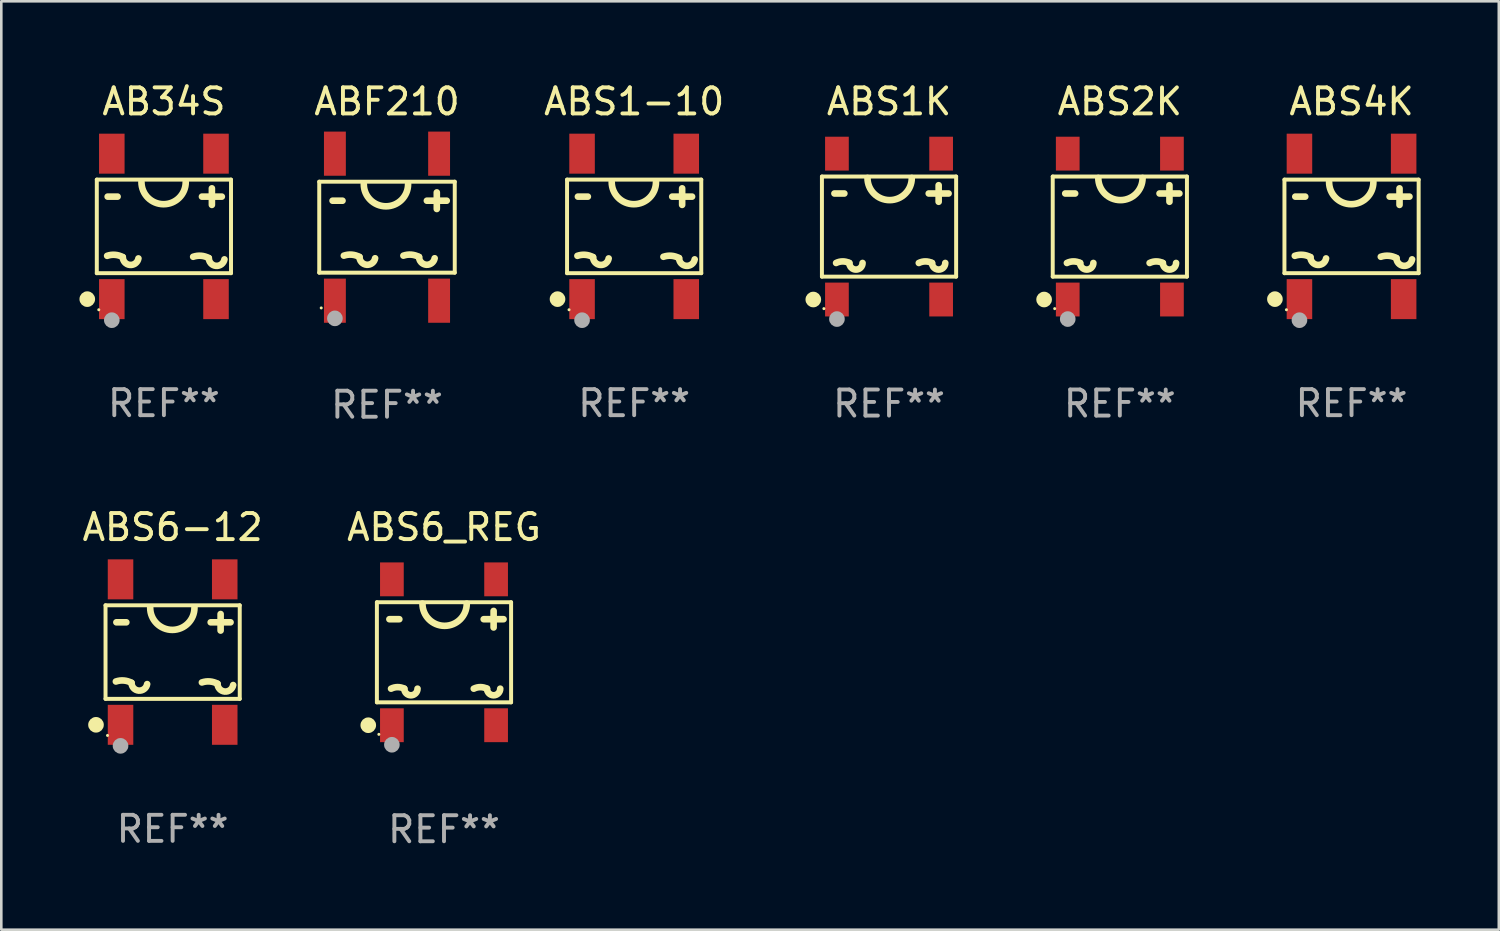
<source format=kicad_pcb>
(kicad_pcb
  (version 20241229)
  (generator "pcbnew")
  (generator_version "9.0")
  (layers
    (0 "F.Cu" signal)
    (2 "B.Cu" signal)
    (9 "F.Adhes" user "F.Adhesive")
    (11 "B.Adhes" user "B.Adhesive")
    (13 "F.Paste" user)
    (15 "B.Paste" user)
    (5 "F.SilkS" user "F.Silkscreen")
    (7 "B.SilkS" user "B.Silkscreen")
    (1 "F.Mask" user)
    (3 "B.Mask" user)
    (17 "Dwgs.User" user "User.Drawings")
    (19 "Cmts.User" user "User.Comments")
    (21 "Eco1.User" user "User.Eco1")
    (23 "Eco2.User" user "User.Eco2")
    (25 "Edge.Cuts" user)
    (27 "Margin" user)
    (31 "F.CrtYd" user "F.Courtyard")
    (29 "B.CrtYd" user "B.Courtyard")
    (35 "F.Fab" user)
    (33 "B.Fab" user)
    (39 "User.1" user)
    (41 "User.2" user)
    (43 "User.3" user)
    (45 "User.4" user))
  (footprint "AB34S"
    (layer "F.Cu")
    (at 3.242 5.641)
    (property "Reference" "AB34S" (at 0 -4.792 0) (layer "F.SilkS") (effects (font (size 1 1) (thickness 0.15))))
    (attr through_hole)
    (fp_line (start -2.576 -1.796) (end 2.576 -1.796) (stroke (width 0.152) (type solid)) (layer "F.SilkS"))
    (fp_line (start -2.576 1.796) (end -2.576 -1.796) (stroke (width 0.152) (type solid)) (layer "F.SilkS"))
    (fp_line (start -2.159 -1.143) (end -1.778 -1.143) (stroke (width 0.254) (type solid)) (layer "F.SilkS"))
    (fp_line (start 1.461 -1.143) (end 2.223 -1.143) (stroke (width 0.254) (type solid)) (layer "F.SilkS"))
    (fp_line (start 1.842 -1.461) (end 1.842 -0.826) (stroke (width 0.254) (type solid)) (layer "F.SilkS"))
    (fp_line (start 2.576 -1.796) (end 2.576 1.796) (stroke (width 0.152) (type solid)) (layer "F.SilkS"))
    (fp_line (start 2.576 1.796) (end -2.576 1.796) (stroke (width 0.152) (type solid)) (layer "F.SilkS"))
    (fp_arc (start -2.178512 1.129235) (mid -1.873206 1.091274) (end -1.57841 1.179298) (stroke (width 0.254001) (type solid)) (layer "F.SilkS"))
    (fp_arc (start -0.978435 1.229286) (mid -1.301335 1.479299) (end -1.578411 1.179299) (stroke (width 0.254001) (type solid)) (layer "F.SilkS"))
    (fp_arc (start 0.838202 -1.701803) (mid -0.011824 -0.851917) (end -0.86185 -1.701804) (stroke (width 0.254001) (type solid)) (layer "F.SilkS"))
    (fp_arc (start 1.12347 1.165507) (mid 1.428776 1.127546) (end 1.723571 1.21557) (stroke (width 0.254001) (type solid)) (layer "F.SilkS"))
    (fp_arc (start 2.323546 1.265558) (mid 2.000646 1.515571) (end 1.72357 1.215571) (stroke (width 0.254001) (type solid)) (layer "F.SilkS"))
    (fp_circle (center -2.942 2.792) (end -2.792 2.792) (stroke (width 0.3) (type solid)) (fill no) (layer "F.SilkS"))
    (fp_circle (center -2.5 3.2) (end -2.47 3.2) (stroke (width 0.06) (type solid)) (fill no) (layer "F.SilkS"))
    (fp_circle (center -2 3.6) (end -1.85 3.6) (stroke (width 0.3) (type solid)) (fill no) (layer "F.Fab"))
    (fp_text user "REF**" (at 0 6.792 0) (layer "F.Fab") (effects (font (size 1 1) (thickness 0.15))))
    (pad "1" smd rect (at -2 2.792 180) (size 0.98 1.535) (layers "F.Cu" "F.Mask" "F.Paste"))
    (pad "2" smd rect (at 2 2.792 180) (size 0.98 1.535) (layers "F.Cu" "F.Mask" "F.Paste"))
    (pad "3" smd rect (at 2 -2.792 180) (size 0.98 1.535) (layers "F.Cu" "F.Mask" "F.Paste"))
    (pad "4" smd rect (at -2 -2.792 180) (size 0.98 1.535) (layers "F.Cu" "F.Mask" "F.Paste")))
  (footprint "ABS1K"
    (layer "F.Cu")
    (at 31.078 5.648)
    (property "Reference" "ABS1K" (at 0 -4.8 0) (layer "F.SilkS") (effects (font (size 1 1) (thickness 0.15))))
    (attr through_hole)
    (fp_line (start -2.576 -1.921) (end 2.576 -1.921) (stroke (width 0.152) (type solid)) (layer "F.SilkS"))
    (fp_line (start -2.576 1.921) (end -2.576 -1.921) (stroke (width 0.152) (type solid)) (layer "F.SilkS"))
    (fp_line (start -2.096 -1.27) (end -1.715 -1.27) (stroke (width 0.254) (type solid)) (layer "F.SilkS"))
    (fp_line (start 1.524 -1.27) (end 2.286 -1.27) (stroke (width 0.254) (type solid)) (layer "F.SilkS"))
    (fp_line (start 1.905 -1.588) (end 1.905 -0.953) (stroke (width 0.254) (type solid)) (layer "F.SilkS"))
    (fp_line (start 2.576 -1.921) (end 2.576 1.921) (stroke (width 0.152) (type solid)) (layer "F.SilkS"))
    (fp_line (start 2.576 1.921) (end -2.576 1.921) (stroke (width 0.152) (type solid)) (layer "F.SilkS"))
    (fp_arc (start -2.032004 1.397003) (mid -1.778004 1.337042) (end -1.524003 1.397003) (stroke (width 0.254001) (type solid)) (layer "F.SilkS"))
    (fp_arc (start -1.016002 1.397003) (mid -1.270003 1.651004) (end -1.524004 1.397003) (stroke (width 0.254001) (type solid)) (layer "F.SilkS"))
    (fp_arc (start 0.873381 -1.86571) (mid 0.023355 -1.015824) (end -0.826671 -1.865711) (stroke (width 0.254001) (type solid)) (layer "F.SilkS"))
    (fp_arc (start 1.143002 1.397003) (mid 1.397003 1.337041) (end 1.651003 1.397003) (stroke (width 0.254001) (type solid)) (layer "F.SilkS"))
    (fp_arc (start 2.159004 1.397003) (mid 1.905004 1.651003) (end 1.651004 1.397003) (stroke (width 0.254001) (type solid)) (layer "F.SilkS"))
    (fp_circle (center -2.907 2.8) (end -2.757 2.8) (stroke (width 0.3) (type solid)) (fill no) (layer "F.SilkS"))
    (fp_circle (center -2.5 3.15) (end -2.47 3.15) (stroke (width 0.06) (type solid)) (fill no) (layer "F.SilkS"))
    (fp_circle (center -2 3.55) (end -1.85 3.55) (stroke (width 0.3) (type solid)) (fill no) (layer "F.Fab"))
    (fp_text user "REF**" (at 0 6.8 0) (layer "F.Fab") (effects (font (size 1 1) (thickness 0.15))))
    (pad "1" smd rect (at -2 2.8) (size 0.91 1.3) (layers "F.Cu" "F.Mask" "F.Paste"))
    (pad "2" smd rect (at 2 2.8) (size 0.91 1.3) (layers "F.Cu" "F.Mask" "F.Paste"))
    (pad "3" smd rect (at 2 -2.8) (size 0.91 1.3) (layers "F.Cu" "F.Mask" "F.Paste"))
    (pad "4" smd rect (at -2 -2.8) (size 0.91 1.3) (layers "F.Cu" "F.Mask" "F.Paste")))
  (footprint "ABS6_REG"
    (layer "F.Cu")
    (at 13.994 21.99)
    (property "Reference" "ABS6_REG" (at 0 -4.8 0) (layer "F.SilkS") (effects (font (size 1 1) (thickness 0.15))))
    (attr through_hole)
    (fp_line (start -2.576 -1.921) (end 2.576 -1.921) (stroke (width 0.152) (type solid)) (layer "F.SilkS"))
    (fp_line (start -2.576 1.921) (end -2.576 -1.921) (stroke (width 0.152) (type solid)) (layer "F.SilkS"))
    (fp_line (start -2.096 -1.27) (end -1.715 -1.27) (stroke (width 0.254) (type solid)) (layer "F.SilkS"))
    (fp_line (start 1.524 -1.27) (end 2.286 -1.27) (stroke (width 0.254) (type solid)) (layer "F.SilkS"))
    (fp_line (start 1.905 -1.588) (end 1.905 -0.953) (stroke (width 0.254) (type solid)) (layer "F.SilkS"))
    (fp_line (start 2.576 -1.921) (end 2.576 1.921) (stroke (width 0.152) (type solid)) (layer "F.SilkS"))
    (fp_line (start 2.576 1.921) (end -2.576 1.921) (stroke (width 0.152) (type solid)) (layer "F.SilkS"))
    (fp_arc (start -2.032004 1.397003) (mid -1.778004 1.337042) (end -1.524003 1.397003) (stroke (width 0.254001) (type solid)) (layer "F.SilkS"))
    (fp_arc (start -1.016002 1.397003) (mid -1.270003 1.651004) (end -1.524004 1.397003) (stroke (width 0.254001) (type solid)) (layer "F.SilkS"))
    (fp_arc (start 0.873381 -1.86571) (mid 0.023355 -1.015824) (end -0.826671 -1.865711) (stroke (width 0.254001) (type solid)) (layer "F.SilkS"))
    (fp_arc (start 1.143002 1.397003) (mid 1.397003 1.337041) (end 1.651003 1.397003) (stroke (width 0.254001) (type solid)) (layer "F.SilkS"))
    (fp_arc (start 2.159004 1.397003) (mid 1.905004 1.651003) (end 1.651004 1.397003) (stroke (width 0.254001) (type solid)) (layer "F.SilkS"))
    (fp_circle (center -2.907 2.8) (end -2.757 2.8) (stroke (width 0.3) (type solid)) (fill no) (layer "F.SilkS"))
    (fp_circle (center -2.5 3.15) (end -2.47 3.15) (stroke (width 0.06) (type solid)) (fill no) (layer "F.SilkS"))
    (fp_circle (center -2 3.55) (end -1.85 3.55) (stroke (width 0.3) (type solid)) (fill no) (layer "F.Fab"))
    (fp_text user "REF**" (at 0 6.8 0) (layer "F.Fab") (effects (font (size 1 1) (thickness 0.15))))
    (pad "1" smd rect (at -2 2.8) (size 0.91 1.3) (layers "F.Cu" "F.Mask" "F.Paste"))
    (pad "2" smd rect (at 2 2.8) (size 0.91 1.3) (layers "F.Cu" "F.Mask" "F.Paste"))
    (pad "3" smd rect (at 2 -2.8) (size 0.91 1.3) (layers "F.Cu" "F.Mask" "F.Paste"))
    (pad "4" smd rect (at -2 -2.8) (size 0.91 1.3) (layers "F.Cu" "F.Mask" "F.Paste")))
  (footprint "ABS6-12"
    (layer "F.Cu")
    (at 3.577 21.982)
    (property "Reference" "ABS6-12" (at 0 -4.792 0) (layer "F.SilkS") (effects (font (size 1 1) (thickness 0.15))))
    (attr through_hole)
    (fp_line (start -2.576 -1.796) (end 2.576 -1.796) (stroke (width 0.152) (type solid)) (layer "F.SilkS"))
    (fp_line (start -2.576 1.796) (end -2.576 -1.796) (stroke (width 0.152) (type solid)) (layer "F.SilkS"))
    (fp_line (start -2.159 -1.143) (end -1.778 -1.143) (stroke (width 0.254) (type solid)) (layer "F.SilkS"))
    (fp_line (start 1.461 -1.143) (end 2.223 -1.143) (stroke (width 0.254) (type solid)) (layer "F.SilkS"))
    (fp_line (start 1.842 -1.461) (end 1.842 -0.826) (stroke (width 0.254) (type solid)) (layer "F.SilkS"))
    (fp_line (start 2.576 -1.796) (end 2.576 1.796) (stroke (width 0.152) (type solid)) (layer "F.SilkS"))
    (fp_line (start 2.576 1.796) (end -2.576 1.796) (stroke (width 0.152) (type solid)) (layer "F.SilkS"))
    (fp_arc (start -2.178512 1.129235) (mid -1.873206 1.091274) (end -1.57841 1.179298) (stroke (width 0.254001) (type solid)) (layer "F.SilkS"))
    (fp_arc (start -0.978435 1.229286) (mid -1.301335 1.479299) (end -1.578411 1.179299) (stroke (width 0.254001) (type solid)) (layer "F.SilkS"))
    (fp_arc (start 0.838202 -1.701803) (mid -0.011824 -0.851917) (end -0.86185 -1.701804) (stroke (width 0.254001) (type solid)) (layer "F.SilkS"))
    (fp_arc (start 1.12347 1.165507) (mid 1.428776 1.127546) (end 1.723571 1.21557) (stroke (width 0.254001) (type solid)) (layer "F.SilkS"))
    (fp_arc (start 2.323546 1.265558) (mid 2.000646 1.515571) (end 1.72357 1.215571) (stroke (width 0.254001) (type solid)) (layer "F.SilkS"))
    (fp_circle (center -2.942 2.792) (end -2.792 2.792) (stroke (width 0.3) (type solid)) (fill no) (layer "F.SilkS"))
    (fp_circle (center -2.5 3.2) (end -2.47 3.2) (stroke (width 0.06) (type solid)) (fill no) (layer "F.SilkS"))
    (fp_circle (center -2 3.6) (end -1.85 3.6) (stroke (width 0.3) (type solid)) (fill no) (layer "F.Fab"))
    (fp_text user "REF**" (at 0 6.792 0) (layer "F.Fab") (effects (font (size 1 1) (thickness 0.15))))
    (pad "1" smd rect (at -2 2.792 180) (size 0.98 1.535) (layers "F.Cu" "F.Mask" "F.Paste"))
    (pad "2" smd rect (at 2 2.792 180) (size 0.98 1.535) (layers "F.Cu" "F.Mask" "F.Paste"))
    (pad "3" smd rect (at 2 -2.792 180) (size 0.98 1.535) (layers "F.Cu" "F.Mask" "F.Paste"))
    (pad "4" smd rect (at -2 -2.792 180) (size 0.98 1.535) (layers "F.Cu" "F.Mask" "F.Paste")))
  (footprint "ABS1-10"
    (layer "F.Cu")
    (at 21.294 5.641)
    (property "Reference" "ABS1-10" (at 0 -4.792 0) (layer "F.SilkS") (effects (font (size 1 1) (thickness 0.15))))
    (attr through_hole)
    (fp_line (start -2.576 -1.796) (end 2.576 -1.796) (stroke (width 0.152) (type solid)) (layer "F.SilkS"))
    (fp_line (start -2.576 1.796) (end -2.576 -1.796) (stroke (width 0.152) (type solid)) (layer "F.SilkS"))
    (fp_line (start -2.159 -1.143) (end -1.778 -1.143) (stroke (width 0.254) (type solid)) (layer "F.SilkS"))
    (fp_line (start 1.461 -1.143) (end 2.223 -1.143) (stroke (width 0.254) (type solid)) (layer "F.SilkS"))
    (fp_line (start 1.842 -1.461) (end 1.842 -0.826) (stroke (width 0.254) (type solid)) (layer "F.SilkS"))
    (fp_line (start 2.576 -1.796) (end 2.576 1.796) (stroke (width 0.152) (type solid)) (layer "F.SilkS"))
    (fp_line (start 2.576 1.796) (end -2.576 1.796) (stroke (width 0.152) (type solid)) (layer "F.SilkS"))
    (fp_arc (start -2.178512 1.129235) (mid -1.873206 1.091274) (end -1.57841 1.179298) (stroke (width 0.254001) (type solid)) (layer "F.SilkS"))
    (fp_arc (start -0.978435 1.229286) (mid -1.301335 1.479299) (end -1.578411 1.179299) (stroke (width 0.254001) (type solid)) (layer "F.SilkS"))
    (fp_arc (start 0.838202 -1.701803) (mid -0.011824 -0.851917) (end -0.86185 -1.701804) (stroke (width 0.254001) (type solid)) (layer "F.SilkS"))
    (fp_arc (start 1.12347 1.165507) (mid 1.428776 1.127546) (end 1.723571 1.21557) (stroke (width 0.254001) (type solid)) (layer "F.SilkS"))
    (fp_arc (start 2.323546 1.265558) (mid 2.000646 1.515571) (end 1.72357 1.215571) (stroke (width 0.254001) (type solid)) (layer "F.SilkS"))
    (fp_circle (center -2.942 2.792) (end -2.792 2.792) (stroke (width 0.3) (type solid)) (fill no) (layer "F.SilkS"))
    (fp_circle (center -2.5 3.2) (end -2.47 3.2) (stroke (width 0.06) (type solid)) (fill no) (layer "F.SilkS"))
    (fp_circle (center -2 3.6) (end -1.85 3.6) (stroke (width 0.3) (type solid)) (fill no) (layer "F.Fab"))
    (fp_text user "REF**" (at 0 6.792 0) (layer "F.Fab") (effects (font (size 1 1) (thickness 0.15))))
    (pad "1" smd rect (at -2 2.792 180) (size 0.98 1.535) (layers "F.Cu" "F.Mask" "F.Paste"))
    (pad "2" smd rect (at 2 2.792 180) (size 0.98 1.535) (layers "F.Cu" "F.Mask" "F.Paste"))
    (pad "3" smd rect (at 2 -2.792 180) (size 0.98 1.535) (layers "F.Cu" "F.Mask" "F.Paste"))
    (pad "4" smd rect (at -2 -2.792 180) (size 0.98 1.535) (layers "F.Cu" "F.Mask" "F.Paste")))
  (footprint "ABF210"
    (layer "F.Cu")
    (at 11.806 5.671)
    (property "Reference" "ABF210" (at 0 -4.822 0) (layer "F.SilkS") (effects (font (size 1 1) (thickness 0.15))))
    (attr through_hole)
    (fp_line (start -2.601 -1.746) (end 2.601 -1.746) (stroke (width 0.152) (type solid)) (layer "F.SilkS"))
    (fp_line (start -2.601 1.746) (end -2.601 -1.746) (stroke (width 0.152) (type solid)) (layer "F.SilkS"))
    (fp_line (start -2.089 -1.016) (end -1.708 -1.016) (stroke (width 0.254) (type solid)) (layer "F.SilkS"))
    (fp_line (start 1.531 -1.016) (end 2.293 -1.016) (stroke (width 0.254) (type solid)) (layer "F.SilkS"))
    (fp_line (start 1.912 -1.334) (end 1.912 -0.699) (stroke (width 0.254) (type solid)) (layer "F.SilkS"))
    (fp_line (start 2.601 -1.746) (end 2.601 1.746) (stroke (width 0.152) (type solid)) (layer "F.SilkS"))
    (fp_line (start 2.601 1.746) (end -2.601 1.746) (stroke (width 0.152) (type solid)) (layer "F.SilkS"))
    (fp_arc (start -1.656452 1.092837) (mid -1.351146 1.054876) (end -1.05635 1.142901) (stroke (width 0.254001) (type solid)) (layer "F.SilkS"))
    (fp_arc (start -0.456375 1.192888) (mid -0.779275 1.442901) (end -1.056351 1.142901) (stroke (width 0.254001) (type solid)) (layer "F.SilkS"))
    (fp_arc (start 0.629553 1.092837) (mid 0.934859 1.054876) (end 1.229655 1.142901) (stroke (width 0.254001) (type solid)) (layer "F.SilkS"))
    (fp_arc (start 0.809665 -1.651105) (mid -0.040361 -0.801219) (end -0.890387 -1.651106) (stroke (width 0.254001) (type solid)) (layer "F.SilkS"))
    (fp_arc (start 1.829629 1.192888) (mid 1.50673 1.4429) (end 1.229655 1.142901) (stroke (width 0.254001) (type solid)) (layer "F.SilkS"))
    (fp_circle (center -2.525 3.1) (end -2.495 3.1) (stroke (width 0.06) (type solid)) (fill no) (layer "F.SilkS"))
    (fp_circle (center -2 3.5) (end -1.85 3.5) (stroke (width 0.3) (type solid)) (fill no) (layer "F.Fab"))
    (fp_text user "REF**" (at 0 6.822 0) (layer "F.Fab") (effects (font (size 1 1) (thickness 0.15))))
    (pad "1" smd rect (at -2 2.822) (size 0.84 1.695) (layers "F.Cu" "F.Mask" "F.Paste"))
    (pad "2" smd rect (at 2 2.822) (size 0.84 1.695) (layers "F.Cu" "F.Mask" "F.Paste"))
    (pad "3" smd rect (at 2 -2.822) (size 0.84 1.695) (layers "F.Cu" "F.Mask" "F.Paste"))
    (pad "4" smd rect (at -2 -2.822) (size 0.84 1.695) (layers "F.Cu" "F.Mask" "F.Paste")))
  (footprint "ABS4K"
    (layer "F.Cu")
    (at 48.833 5.641)
    (property "Reference" "ABS4K" (at 0 -4.792 0) (layer "F.SilkS") (effects (font (size 1 1) (thickness 0.15))))
    (attr through_hole)
    (fp_line (start -2.576 -1.796) (end 2.576 -1.796) (stroke (width 0.152) (type solid)) (layer "F.SilkS"))
    (fp_line (start -2.576 1.796) (end -2.576 -1.796) (stroke (width 0.152) (type solid)) (layer "F.SilkS"))
    (fp_line (start -2.159 -1.143) (end -1.778 -1.143) (stroke (width 0.254) (type solid)) (layer "F.SilkS"))
    (fp_line (start 1.461 -1.143) (end 2.223 -1.143) (stroke (width 0.254) (type solid)) (layer "F.SilkS"))
    (fp_line (start 1.842 -1.461) (end 1.842 -0.826) (stroke (width 0.254) (type solid)) (layer "F.SilkS"))
    (fp_line (start 2.576 -1.796) (end 2.576 1.796) (stroke (width 0.152) (type solid)) (layer "F.SilkS"))
    (fp_line (start 2.576 1.796) (end -2.576 1.796) (stroke (width 0.152) (type solid)) (layer "F.SilkS"))
    (fp_arc (start -2.178512 1.129235) (mid -1.873206 1.091274) (end -1.57841 1.179298) (stroke (width 0.254001) (type solid)) (layer "F.SilkS"))
    (fp_arc (start -0.978435 1.229286) (mid -1.301335 1.479299) (end -1.578411 1.179299) (stroke (width 0.254001) (type solid)) (layer "F.SilkS"))
    (fp_arc (start 0.838202 -1.701803) (mid -0.011824 -0.851917) (end -0.86185 -1.701804) (stroke (width 0.254001) (type solid)) (layer "F.SilkS"))
    (fp_arc (start 1.12347 1.165507) (mid 1.428776 1.127546) (end 1.723571 1.21557) (stroke (width 0.254001) (type solid)) (layer "F.SilkS"))
    (fp_arc (start 2.323546 1.265558) (mid 2.000646 1.515571) (end 1.72357 1.215571) (stroke (width 0.254001) (type solid)) (layer "F.SilkS"))
    (fp_circle (center -2.942 2.792) (end -2.792 2.792) (stroke (width 0.3) (type solid)) (fill no) (layer "F.SilkS"))
    (fp_circle (center -2.5 3.2) (end -2.47 3.2) (stroke (width 0.06) (type solid)) (fill no) (layer "F.SilkS"))
    (fp_circle (center -2 3.6) (end -1.85 3.6) (stroke (width 0.3) (type solid)) (fill no) (layer "F.Fab"))
    (fp_text user "REF**" (at 0 6.792 0) (layer "F.Fab") (effects (font (size 1 1) (thickness 0.15))))
    (pad "1" smd rect (at -2 2.792 180) (size 0.98 1.535) (layers "F.Cu" "F.Mask" "F.Paste"))
    (pad "2" smd rect (at 2 2.792 180) (size 0.98 1.535) (layers "F.Cu" "F.Mask" "F.Paste"))
    (pad "3" smd rect (at 2 -2.792 180) (size 0.98 1.535) (layers "F.Cu" "F.Mask" "F.Paste"))
    (pad "4" smd rect (at -2 -2.792 180) (size 0.98 1.535) (layers "F.Cu" "F.Mask" "F.Paste")))
  (footprint "ABS2K"
    (layer "F.Cu")
    (at 39.938 5.648)
    (property "Reference" "ABS2K" (at 0 -4.8 0) (layer "F.SilkS") (effects (font (size 1 1) (thickness 0.15))))
    (attr through_hole)
    (fp_line (start -2.576 -1.921) (end 2.576 -1.921) (stroke (width 0.152) (type solid)) (layer "F.SilkS"))
    (fp_line (start -2.576 1.921) (end -2.576 -1.921) (stroke (width 0.152) (type solid)) (layer "F.SilkS"))
    (fp_line (start -2.096 -1.27) (end -1.715 -1.27) (stroke (width 0.254) (type solid)) (layer "F.SilkS"))
    (fp_line (start 1.524 -1.27) (end 2.286 -1.27) (stroke (width 0.254) (type solid)) (layer "F.SilkS"))
    (fp_line (start 1.905 -1.588) (end 1.905 -0.953) (stroke (width 0.254) (type solid)) (layer "F.SilkS"))
    (fp_line (start 2.576 -1.921) (end 2.576 1.921) (stroke (width 0.152) (type solid)) (layer "F.SilkS"))
    (fp_line (start 2.576 1.921) (end -2.576 1.921) (stroke (width 0.152) (type solid)) (layer "F.SilkS"))
    (fp_arc (start -2.032004 1.397003) (mid -1.778004 1.337042) (end -1.524003 1.397003) (stroke (width 0.254001) (type solid)) (layer "F.SilkS"))
    (fp_arc (start -1.016002 1.397003) (mid -1.270003 1.651004) (end -1.524004 1.397003) (stroke (width 0.254001) (type solid)) (layer "F.SilkS"))
    (fp_arc (start 0.873381 -1.86571) (mid 0.023355 -1.015824) (end -0.826671 -1.865711) (stroke (width 0.254001) (type solid)) (layer "F.SilkS"))
    (fp_arc (start 1.143002 1.397003) (mid 1.397003 1.337041) (end 1.651003 1.397003) (stroke (width 0.254001) (type solid)) (layer "F.SilkS"))
    (fp_arc (start 2.159004 1.397003) (mid 1.905004 1.651003) (end 1.651004 1.397003) (stroke (width 0.254001) (type solid)) (layer "F.SilkS"))
    (fp_circle (center -2.907 2.8) (end -2.757 2.8) (stroke (width 0.3) (type solid)) (fill no) (layer "F.SilkS"))
    (fp_circle (center -2.5 3.15) (end -2.47 3.15) (stroke (width 0.06) (type solid)) (fill no) (layer "F.SilkS"))
    (fp_circle (center -2 3.55) (end -1.85 3.55) (stroke (width 0.3) (type solid)) (fill no) (layer "F.Fab"))
    (fp_text user "REF**" (at 0 6.8 0) (layer "F.Fab") (effects (font (size 1 1) (thickness 0.15))))
    (pad "1" smd rect (at -2 2.8) (size 0.91 1.3) (layers "F.Cu" "F.Mask" "F.Paste"))
    (pad "2" smd rect (at 2 2.8) (size 0.91 1.3) (layers "F.Cu" "F.Mask" "F.Paste"))
    (pad "3" smd rect (at 2 -2.8) (size 0.91 1.3) (layers "F.Cu" "F.Mask" "F.Paste"))
    (pad "4" smd rect (at -2 -2.8) (size 0.91 1.3) (layers "F.Cu" "F.Mask" "F.Paste")))
  (gr_rect
    (start -3 -3)
    (end 54.486 32.638)
    (stroke (width 0.1) (type default))
    (fill no)
    (layer "Edge.Cuts")))
</source>
